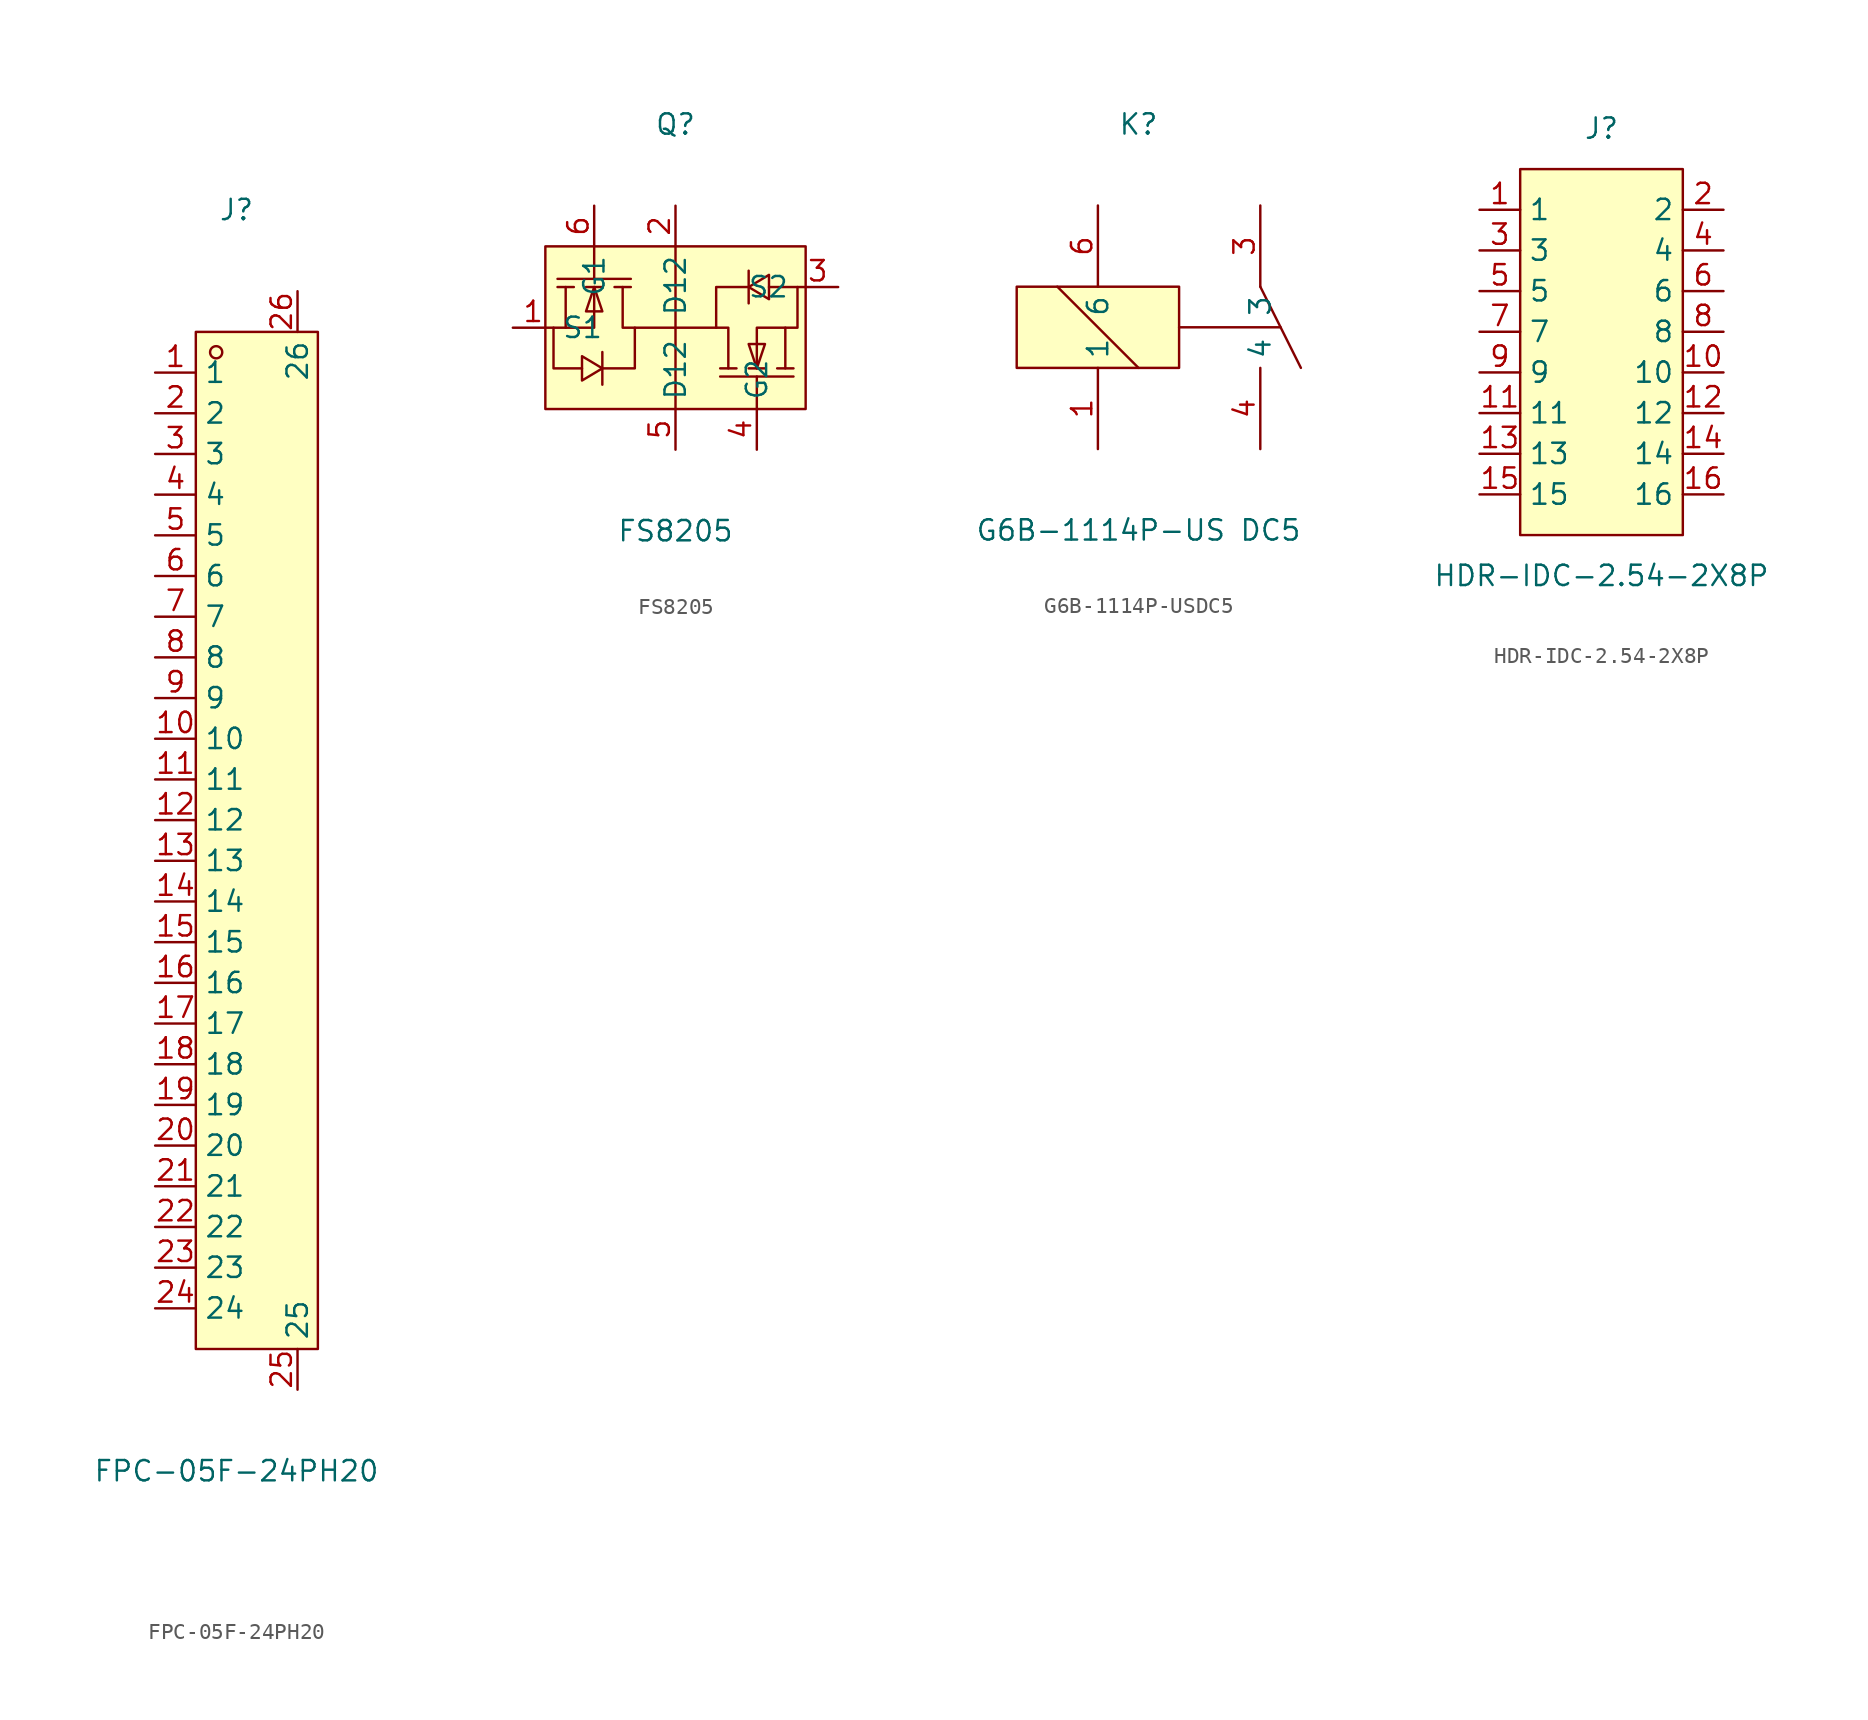
<source format=kicad_sym>
(kicad_symbol_lib
  (version 20211014)
  (generator https://github.com/uPesy/easyeda2kicad.py)
  (symbol "FPC-05F-24PH20"
    (property "Reference" "J"
      (at 0 39.37 0)
      (effects (font (size 1.27 1.27))))
    (property "Value" "FPC-05F-24PH20"
      (at 0 -39.37 0)
      (effects (font (size 1.27 1.27))))
    (symbol "FPC-05F-24PH20_0_1"
      (rectangle (start -2.54 31.75) (end 5.08 -31.75) (stroke (width 0) (type default) (color 0 0 0 0)) (fill (type background)))
      (circle (center -1.27 30.48) (radius 0.38) (stroke (width 0) (type default) (color 0 0 0 0)) (fill (type none)))
      (pin unspecified line (at -5.08 29.21 0) (length 2.54) (name "1" (effects (font (size 1.27 1.27)))) (number "1" (effects (font (size 1.27 1.27)))))
      (pin unspecified line (at -5.08 26.67 0) (length 2.54) (name "2" (effects (font (size 1.27 1.27)))) (number "2" (effects (font (size 1.27 1.27)))))
      (pin unspecified line (at -5.08 24.13 0) (length 2.54) (name "3" (effects (font (size 1.27 1.27)))) (number "3" (effects (font (size 1.27 1.27)))))
      (pin unspecified line (at -5.08 21.59 0) (length 2.54) (name "4" (effects (font (size 1.27 1.27)))) (number "4" (effects (font (size 1.27 1.27)))))
      (pin unspecified line (at -5.08 19.05 0) (length 2.54) (name "5" (effects (font (size 1.27 1.27)))) (number "5" (effects (font (size 1.27 1.27)))))
      (pin unspecified line (at -5.08 16.51 0) (length 2.54) (name "6" (effects (font (size 1.27 1.27)))) (number "6" (effects (font (size 1.27 1.27)))))
      (pin unspecified line (at -5.08 13.97 0) (length 2.54) (name "7" (effects (font (size 1.27 1.27)))) (number "7" (effects (font (size 1.27 1.27)))))
      (pin unspecified line (at -5.08 11.43 0) (length 2.54) (name "8" (effects (font (size 1.27 1.27)))) (number "8" (effects (font (size 1.27 1.27)))))
      (pin unspecified line (at -5.08 8.89 0) (length 2.54) (name "9" (effects (font (size 1.27 1.27)))) (number "9" (effects (font (size 1.27 1.27)))))
      (pin unspecified line (at -5.08 6.35 0) (length 2.54) (name "10" (effects (font (size 1.27 1.27)))) (number "10" (effects (font (size 1.27 1.27)))))
      (pin unspecified line (at -5.08 3.81 0) (length 2.54) (name "11" (effects (font (size 1.27 1.27)))) (number "11" (effects (font (size 1.27 1.27)))))
      (pin unspecified line (at -5.08 1.27 0) (length 2.54) (name "12" (effects (font (size 1.27 1.27)))) (number "12" (effects (font (size 1.27 1.27)))))
      (pin unspecified line (at -5.08 -1.27 0) (length 2.54) (name "13" (effects (font (size 1.27 1.27)))) (number "13" (effects (font (size 1.27 1.27)))))
      (pin unspecified line (at -5.08 -3.81 0) (length 2.54) (name "14" (effects (font (size 1.27 1.27)))) (number "14" (effects (font (size 1.27 1.27)))))
      (pin unspecified line (at -5.08 -6.35 0) (length 2.54) (name "15" (effects (font (size 1.27 1.27)))) (number "15" (effects (font (size 1.27 1.27)))))
      (pin unspecified line (at -5.08 -8.89 0) (length 2.54) (name "16" (effects (font (size 1.27 1.27)))) (number "16" (effects (font (size 1.27 1.27)))))
      (pin unspecified line (at -5.08 -11.43 0) (length 2.54) (name "17" (effects (font (size 1.27 1.27)))) (number "17" (effects (font (size 1.27 1.27)))))
      (pin unspecified line (at -5.08 -13.97 0) (length 2.54) (name "18" (effects (font (size 1.27 1.27)))) (number "18" (effects (font (size 1.27 1.27)))))
      (pin unspecified line (at -5.08 -16.51 0) (length 2.54) (name "19" (effects (font (size 1.27 1.27)))) (number "19" (effects (font (size 1.27 1.27)))))
      (pin unspecified line (at -5.08 -19.05 0) (length 2.54) (name "20" (effects (font (size 1.27 1.27)))) (number "20" (effects (font (size 1.27 1.27)))))
      (pin unspecified line (at -5.08 -21.59 0) (length 2.54) (name "21" (effects (font (size 1.27 1.27)))) (number "21" (effects (font (size 1.27 1.27)))))
      (pin unspecified line (at -5.08 -24.13 0) (length 2.54) (name "22" (effects (font (size 1.27 1.27)))) (number "22" (effects (font (size 1.27 1.27)))))
      (pin unspecified line (at -5.08 -26.67 0) (length 2.54) (name "23" (effects (font (size 1.27 1.27)))) (number "23" (effects (font (size 1.27 1.27)))))
      (pin unspecified line (at -5.08 -29.21 0) (length 2.54) (name "24" (effects (font (size 1.27 1.27)))) (number "24" (effects (font (size 1.27 1.27)))))
      (pin unspecified line (at 3.81 -34.29 90) (length 2.54) (name "25" (effects (font (size 1.27 1.27)))) (number "25" (effects (font (size 1.27 1.27)))))
      (pin unspecified line (at 3.81 34.29 270) (length 2.54) (name "26" (effects (font (size 1.27 1.27)))) (number "26" (effects (font (size 1.27 1.27)))))))
  (symbol "FS8205"
    (property "Reference" "Q"
      (at 0 12.70 0)
      (effects (font (size 1.27 1.27))))
    (property "Value" "FS8205"
      (at 0 -12.70 0)
      (effects (font (size 1.27 1.27))))
    (symbol "FS8205_0_1"
      (rectangle (start -8.13 5.08) (end 8.13 -5.08) (stroke (width 0) (type default) (color 0 0 0 0)) (fill (type background)))
      (polyline (pts (xy -3.30 2.54) (xy -3.30 -0.00) (xy -2.54 -0.00) (xy -2.54 -2.54) (xy -4.57 -2.54)) (stroke (width 0) (type default) (color 0 0 0 0)) (fill (type none)))
      (polyline (pts (xy -5.08 2.54) (xy -5.08 -0.00) (xy -7.62 -0.00) (xy -7.62 -2.54) (xy -5.84 -2.54)) (stroke (width 0) (type default) (color 0 0 0 0)) (fill (type none)))
      (polyline (pts (xy -6.86 -0.00) (xy -6.86 2.54)) (stroke (width 0) (type default) (color 0 0 0 0)) (fill (type none)))
      (polyline (pts (xy -2.79 3.05) (xy -7.37 3.05)) (stroke (width 0) (type default) (color 0 0 0 0)) (fill (type none)))
      (polyline (pts (xy -2.79 2.54) (xy -3.81 2.54)) (stroke (width 0) (type default) (color 0 0 0 0)) (fill (type none)))
      (polyline (pts (xy -5.59 2.54) (xy -4.57 2.54)) (stroke (width 0) (type default) (color 0 0 0 0)) (fill (type none)))
      (polyline (pts (xy -7.37 2.54) (xy -6.35 2.54)) (stroke (width 0) (type default) (color 0 0 0 0)) (fill (type none)))
      (polyline (pts (xy -5.08 5.08) (xy -5.08 3.05)) (stroke (width 0) (type default) (color 0 0 0 0)) (fill (type none)))
      (polyline (pts (xy -4.57 -3.56) (xy -4.57 -3.05) (xy -4.57 -2.03) (xy -4.57 -1.52)) (stroke (width 0) (type default) (color 0 0 0 0)) (fill (type none)))
      (polyline (pts (xy 3.30 -2.54) (xy 3.30 -0.00) (xy 2.54 -0.00) (xy 2.54 2.54) (xy 4.57 2.54)) (stroke (width 0) (type default) (color 0 0 0 0)) (fill (type none)))
      (polyline (pts (xy 5.08 -2.54) (xy 5.08 -0.00) (xy 7.62 -0.00) (xy 7.62 2.54) (xy 5.84 2.54)) (stroke (width 0) (type default) (color 0 0 0 0)) (fill (type none)))
      (polyline (pts (xy 6.86 -0.00) (xy 6.86 -2.54)) (stroke (width 0) (type default) (color 0 0 0 0)) (fill (type none)))
      (polyline (pts (xy 2.79 -3.05) (xy 7.37 -3.05)) (stroke (width 0) (type default) (color 0 0 0 0)) (fill (type none)))
      (polyline (pts (xy 2.79 -2.54) (xy 3.81 -2.54)) (stroke (width 0) (type default) (color 0 0 0 0)) (fill (type none)))
      (polyline (pts (xy 5.59 -2.54) (xy 4.57 -2.54)) (stroke (width 0) (type default) (color 0 0 0 0)) (fill (type none)))
      (polyline (pts (xy 7.37 -2.54) (xy 6.35 -2.54)) (stroke (width 0) (type default) (color 0 0 0 0)) (fill (type none)))
      (polyline (pts (xy 5.08 -5.08) (xy 5.08 -3.05)) (stroke (width 0) (type default) (color 0 0 0 0)) (fill (type none)))
      (polyline (pts (xy 4.57 3.56) (xy 4.57 3.05) (xy 4.57 2.03) (xy 4.57 1.52)) (stroke (width 0) (type default) (color 0 0 0 0)) (fill (type none)))
      (polyline (pts (xy 2.54 -0.00) (xy -2.54 -0.00)) (stroke (width 0) (type default) (color 0 0 0 0)) (fill (type none)))
      (polyline (pts (xy 0.00 5.08) (xy 0.00 -5.08)) (stroke (width 0) (type default) (color 0 0 0 0)) (fill (type none)))
      (polyline (pts (xy -5.08 2.54) (xy -5.59 1.02) (xy -4.57 1.02) (xy -5.08 2.54)) (stroke (width 0) (type default) (color 0 0 0 0)) (fill (type background)))
      (polyline (pts (xy -4.57 -2.54) (xy -5.84 -1.78) (xy -5.84 -3.30) (xy -4.57 -2.54)) (stroke (width 0) (type default) (color 0 0 0 0)) (fill (type background)))
      (polyline (pts (xy 5.08 -2.54) (xy 5.59 -1.02) (xy 4.57 -1.02) (xy 5.08 -2.54)) (stroke (width 0) (type default) (color 0 0 0 0)) (fill (type background)))
      (polyline (pts (xy 4.57 2.54) (xy 5.84 1.78) (xy 5.84 3.30) (xy 4.57 2.54)) (stroke (width 0) (type default) (color 0 0 0 0)) (fill (type background)))
      (pin unspecified line (at 0.00 7.62 270) (length 2.54) (name "D12" (effects (font (size 1.27 1.27)))) (number "2" (effects (font (size 1.27 1.27)))))
      (pin unspecified line (at -5.08 7.62 270) (length 2.54) (name "G1" (effects (font (size 1.27 1.27)))) (number "6" (effects (font (size 1.27 1.27)))))
      (pin unspecified line (at -10.16 -0.00 0) (length 2.54) (name "S1" (effects (font (size 1.27 1.27)))) (number "1" (effects (font (size 1.27 1.27)))))
      (pin unspecified line (at 0.00 -7.62 90) (length 2.54) (name "D12" (effects (font (size 1.27 1.27)))) (number "5" (effects (font (size 1.27 1.27)))))
      (pin unspecified line (at 5.08 -7.62 90) (length 2.54) (name "G2" (effects (font (size 1.27 1.27)))) (number "4" (effects (font (size 1.27 1.27)))))
      (pin unspecified line (at 10.16 2.54 180) (length 2.54) (name "S2" (effects (font (size 1.27 1.27)))) (number "3" (effects (font (size 1.27 1.27)))))))
  (symbol "G6B-1114P-USDC5"
    (property "Reference" "K"
      (at 0 12.70 0)
      (effects (font (size 1.27 1.27))))
    (property "Value" "G6B-1114P-US DC5"
      (at 0 -12.70 0)
      (effects (font (size 1.27 1.27))))
    (symbol "G6B-1114P-USDC5_0_1"
      (rectangle (start -7.62 2.54) (end 2.54 -2.54) (stroke (width 0) (type default) (color 0 0 0 0)) (fill (type background)))
      (polyline (pts (xy 8.89 -0.00) (xy 2.54 -0.00)) (stroke (width 0) (type default) (color 0 0 0 0)) (fill (type none)))
      (polyline (pts (xy -5.08 2.54) (xy 0.00 -2.54)) (stroke (width 0) (type default) (color 0 0 0 0)) (fill (type none)))
      (polyline (pts (xy 7.62 2.54) (xy 10.16 -2.54)) (stroke (width 0) (type default) (color 0 0 0 0)) (fill (type none)))
      (pin unspecified line (at -2.54 -7.62 90) (length 5.08) (name "1" (effects (font (size 1.27 1.27)))) (number "1" (effects (font (size 1.27 1.27)))))
      (pin unspecified line (at -2.54 7.62 270) (length 5.08) (name "6" (effects (font (size 1.27 1.27)))) (number "6" (effects (font (size 1.27 1.27)))))
      (pin unspecified line (at 7.62 -7.62 90) (length 5.08) (name "4" (effects (font (size 1.27 1.27)))) (number "4" (effects (font (size 1.27 1.27)))))
      (pin unspecified line (at 7.62 7.62 270) (length 5.08) (name "3" (effects (font (size 1.27 1.27)))) (number "3" (effects (font (size 1.27 1.27)))))))
  (symbol "HDR-IDC-2.54-2X8P"
    (property "Reference" "J"
      (at 0 13.97 0)
      (effects (font (size 1.27 1.27))))
    (property "Value" "HDR-IDC-2.54-2X8P"
      (at 0 -13.97 0)
      (effects (font (size 1.27 1.27))))
    (symbol "HDR-IDC-2.54-2X8P_0_1"
      (rectangle (start -5.08 11.43) (end 5.08 -11.43) (stroke (width 0) (type default) (color 0 0 0 0)) (fill (type background)))
      (pin unspecified line (at -7.62 8.89 0) (length 2.54) (name "1" (effects (font (size 1.27 1.27)))) (number "1" (effects (font (size 1.27 1.27)))))
      (pin unspecified line (at 7.62 8.89 180) (length 2.54) (name "2" (effects (font (size 1.27 1.27)))) (number "2" (effects (font (size 1.27 1.27)))))
      (pin unspecified line (at -7.62 6.35 0) (length 2.54) (name "3" (effects (font (size 1.27 1.27)))) (number "3" (effects (font (size 1.27 1.27)))))
      (pin unspecified line (at 7.62 6.35 180) (length 2.54) (name "4" (effects (font (size 1.27 1.27)))) (number "4" (effects (font (size 1.27 1.27)))))
      (pin unspecified line (at -7.62 3.81 0) (length 2.54) (name "5" (effects (font (size 1.27 1.27)))) (number "5" (effects (font (size 1.27 1.27)))))
      (pin unspecified line (at 7.62 3.81 180) (length 2.54) (name "6" (effects (font (size 1.27 1.27)))) (number "6" (effects (font (size 1.27 1.27)))))
      (pin unspecified line (at -7.62 1.27 0) (length 2.54) (name "7" (effects (font (size 1.27 1.27)))) (number "7" (effects (font (size 1.27 1.27)))))
      (pin unspecified line (at 7.62 1.27 180) (length 2.54) (name "8" (effects (font (size 1.27 1.27)))) (number "8" (effects (font (size 1.27 1.27)))))
      (pin unspecified line (at -7.62 -1.27 0) (length 2.54) (name "9" (effects (font (size 1.27 1.27)))) (number "9" (effects (font (size 1.27 1.27)))))
      (pin unspecified line (at 7.62 -1.27 180) (length 2.54) (name "10" (effects (font (size 1.27 1.27)))) (number "10" (effects (font (size 1.27 1.27)))))
      (pin unspecified line (at -7.62 -3.81 0) (length 2.54) (name "11" (effects (font (size 1.27 1.27)))) (number "11" (effects (font (size 1.27 1.27)))))
      (pin unspecified line (at 7.62 -3.81 180) (length 2.54) (name "12" (effects (font (size 1.27 1.27)))) (number "12" (effects (font (size 1.27 1.27)))))
      (pin unspecified line (at -7.62 -6.35 0) (length 2.54) (name "13" (effects (font (size 1.27 1.27)))) (number "13" (effects (font (size 1.27 1.27)))))
      (pin unspecified line (at 7.62 -6.35 180) (length 2.54) (name "14" (effects (font (size 1.27 1.27)))) (number "14" (effects (font (size 1.27 1.27)))))
      (pin unspecified line (at -7.62 -8.89 0) (length 2.54) (name "15" (effects (font (size 1.27 1.27)))) (number "15" (effects (font (size 1.27 1.27)))))
      (pin unspecified line (at 7.62 -8.89 180) (length 2.54) (name "16" (effects (font (size 1.27 1.27)))) (number "16" (effects (font (size 1.27 1.27))))))))
</source>
